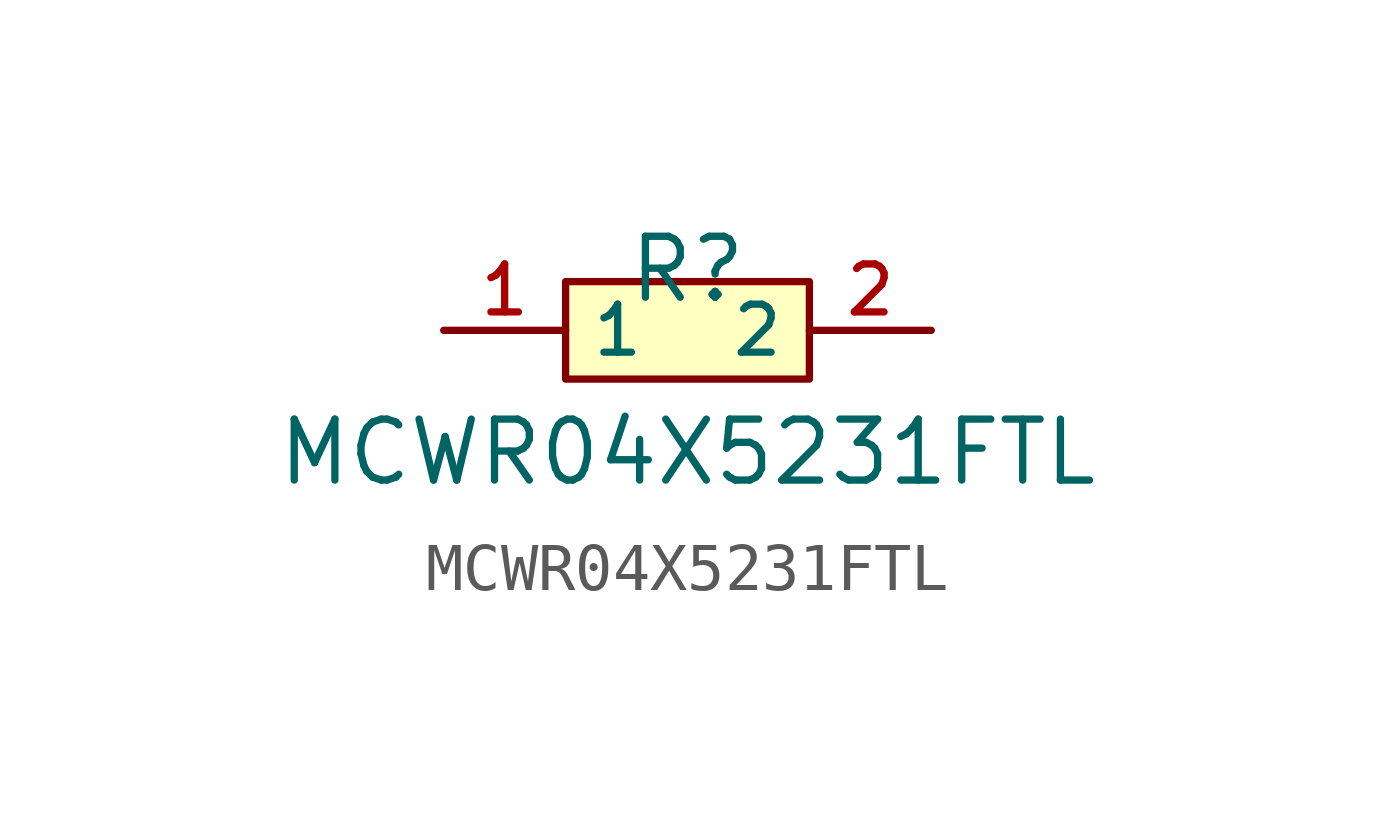
<source format=kicad_sym>
(kicad_symbol_lib
  (version 20210201)
  (generator TousstNicolas/JLC2KiCad_lib)
  (symbol "MCWR04X5231FTL"
    (property "Reference" "R"
      (at 0 1.27 0)
      (effects (font (size 1.27 1.27))))
    (property "Value" "MCWR04X5231FTL"
      (at 0 -2.54 0)
      (effects (font (size 1.27 1.27))))
    (symbol "MCWR04X5231FTL_0_1"
      (rectangle (start -2.54 1.016) (end 2.54 -1.016) (stroke (width 0) (type default) (color 0 0 0 0)) (fill (type background)))
      (pin unspecified line (at -5.08 -0.0 0) (length 2.54) (name "1" (effects (font (size 1 1)))) (number "1" (effects (font (size 1 1)))))
      (pin unspecified line (at 5.08 -0.0 180) (length 2.54) (name "2" (effects (font (size 1 1)))) (number "2" (effects (font (size 1 1))))))))
</source>
